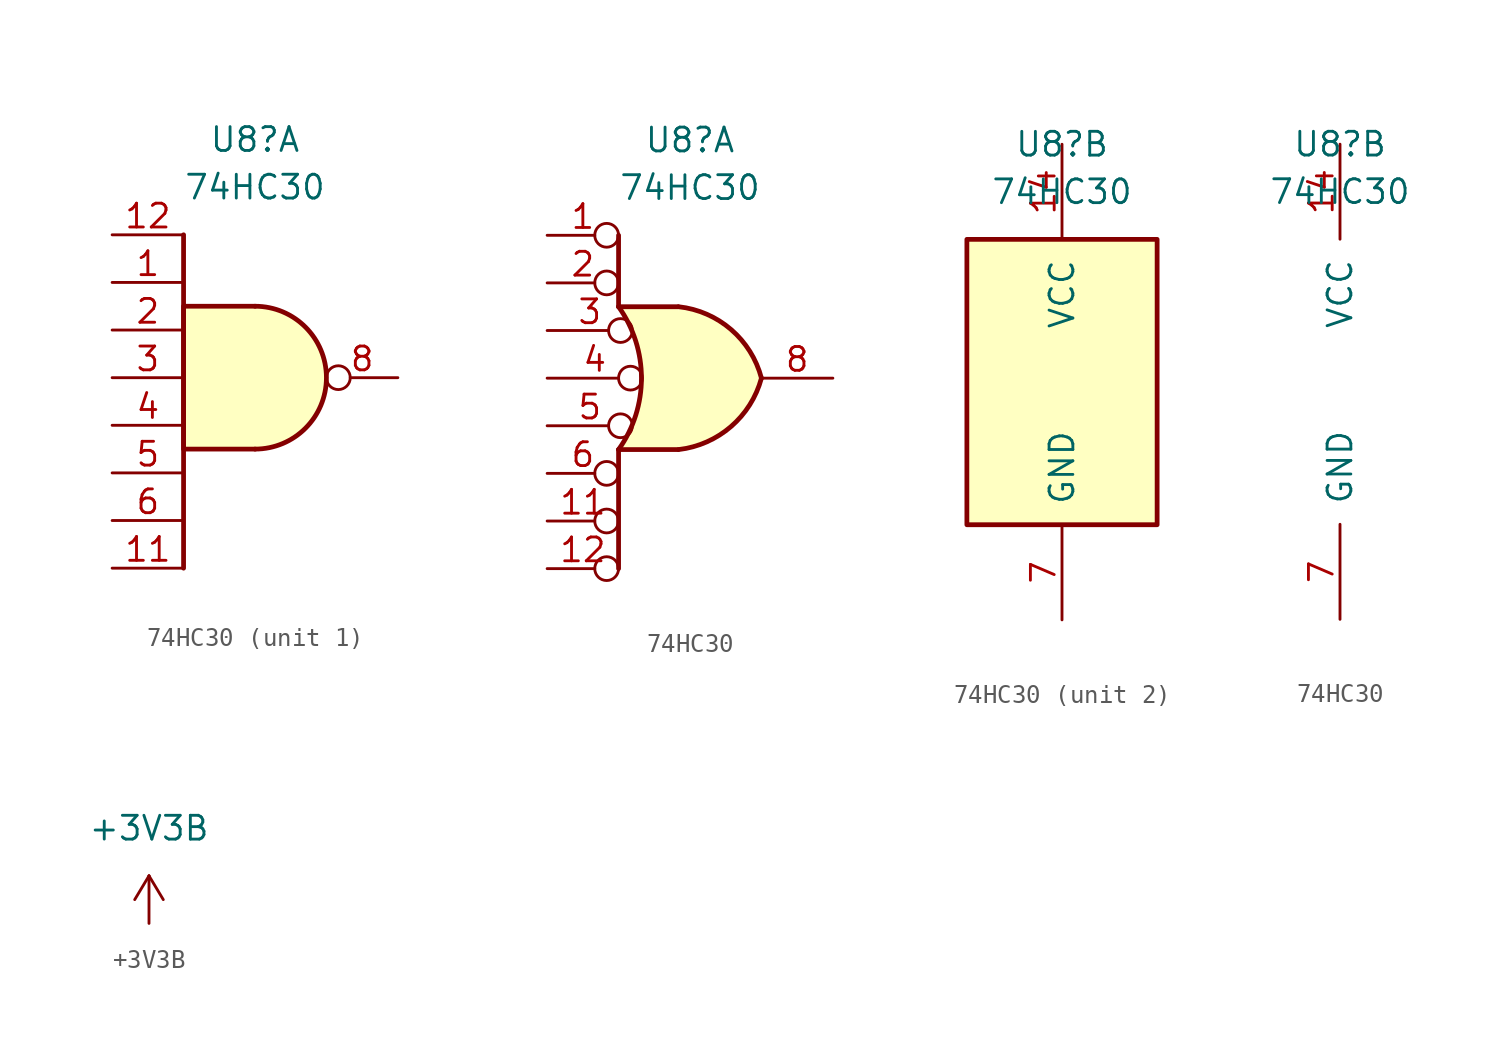
<source format=kicad_sym>
(kicad_symbol_lib
  (version 20220914)
  (generator kicad_symbol_editor)
  (symbol "74HC30"
    (pin_names
      (offset 1.016))
    (property "Reference" "U8"
      (at 0 12.7 0)
      (effects (font (size 1.27 1.27))))
    (property "Value" "74HC30"
      (at 0 10.16 0)
      (effects (font (size 1.27 1.27))))
    (property "ki_locked" ""
      (at 0 0 0)
      (effects (font (size 1.27 1.27))))
    (symbol "74HC30_1_1"
      (arc (start 0 -3.81) (mid 3.7934 0) (end 0 3.81) (stroke (width 0.254) (type default)) (fill (type background)))
      (polyline (pts (xy -3.81 7.62) (xy -3.81 -10.16)) (stroke (width 0.254) (type default)) (fill (type none)))
      (polyline (pts (xy 0 3.81) (xy -3.81 3.81) (xy -3.81 -3.81) (xy 0 -3.81)) (stroke (width 0.254) (type default)) (fill (type background)))
      (pin input line (at -7.62 5.08 0) (length 3.81) (name "~" (effects (font (size 1.27 1.27)))) (number "1" (effects (font (size 1.27 1.27)))))
      (pin no_connect line (at 7.62 -7.62 180) (length 2.54) hide (name "NC" (effects (font (size 1.27 1.27)))) (number "10" (effects (font (size 1.27 1.27)))))
      (pin input line (at -7.62 -10.16 0) (length 3.81) (name "~" (effects (font (size 1.27 1.27)))) (number "11" (effects (font (size 1.27 1.27)))))
      (pin input line (at -7.62 7.62 0) (length 3.81) (name "~" (effects (font (size 1.27 1.27)))) (number "12" (effects (font (size 1.27 1.27)))))
      (pin no_connect line (at 7.62 -10.16 180) (length 2.54) hide (name "NC" (effects (font (size 1.27 1.27)))) (number "13" (effects (font (size 1.27 1.27)))))
      (pin input line (at -7.62 2.54 0) (length 3.81) (name "~" (effects (font (size 1.27 1.27)))) (number "2" (effects (font (size 1.27 1.27)))))
      (pin input line (at -7.62 0 0) (length 3.81) (name "~" (effects (font (size 1.27 1.27)))) (number "3" (effects (font (size 1.27 1.27)))))
      (pin input line (at -7.62 -2.54 0) (length 3.81) (name "~" (effects (font (size 1.27 1.27)))) (number "4" (effects (font (size 1.27 1.27)))))
      (pin input line (at -7.62 -5.08 0) (length 3.81) (name "~" (effects (font (size 1.27 1.27)))) (number "5" (effects (font (size 1.27 1.27)))))
      (pin input line (at -7.62 -7.62 0) (length 3.81) (name "~" (effects (font (size 1.27 1.27)))) (number "6" (effects (font (size 1.27 1.27)))))
      (pin output inverted (at 7.62 0 180) (length 3.81) (name "~" (effects (font (size 1.27 1.27)))) (number "8" (effects (font (size 1.27 1.27)))))
      (pin no_connect line (at 7.62 -5.08 180) (length 2.54) hide (name "NC" (effects (font (size 1.27 1.27)))) (number "9" (effects (font (size 1.27 1.27))))))
    (symbol "74HC30_1_2"
      (arc (start -3.81 -3.81) (mid -2.589 0) (end -3.81 3.81) (stroke (width 0.254) (type default)) (fill (type none)))
      (arc (start -0.6096 -3.81) (mid 2.1842 -2.5851) (end 3.81 0) (stroke (width 0.254) (type default)) (fill (type background)))
      (polyline (pts (xy -3.81 -3.81) (xy -3.81 -10.16)) (stroke (width 0.254) (type default)) (fill (type none)))
      (polyline (pts (xy -3.81 -3.81) (xy -0.635 -3.81)) (stroke (width 0.254) (type default)) (fill (type background)))
      (polyline (pts (xy -3.81 3.81) (xy -0.635 3.81)) (stroke (width 0.254) (type default)) (fill (type background)))
      (polyline (pts (xy -3.81 7.62) (xy -3.81 3.81)) (stroke (width 0.254) (type default)) (fill (type none)))
      (polyline (pts (xy -0.635 3.81) (xy -3.81 3.81) (xy -3.81 3.81) (xy -3.556 3.404) (xy -3.023 2.261) (xy -2.692 1.041) (xy -2.616 -0.254) (xy -2.769 -1.499) (xy -3.175 -2.718) (xy -3.81 -3.81) (xy -3.81 -3.81) (xy -0.635 -3.81)) (stroke (width -25.4) (type default)) (fill (type background)))
      (arc (start 3.81 0) (mid 2.1915 2.5936) (end -0.6096 3.81) (stroke (width 0.254) (type default)) (fill (type background)))
      (pin input inverted (at -7.62 7.62 0) (length 3.81) (name "~" (effects (font (size 1.27 1.27)))) (number "1" (effects (font (size 1.27 1.27)))))
      (pin input inverted (at -7.62 -7.62 0) (length 3.81) (name "~" (effects (font (size 1.27 1.27)))) (number "11" (effects (font (size 1.27 1.27)))))
      (pin input inverted (at -7.62 -10.16 0) (length 3.81) (name "~" (effects (font (size 1.27 1.27)))) (number "12" (effects (font (size 1.27 1.27)))))
      (pin input inverted (at -7.62 5.08 0) (length 3.81) (name "~" (effects (font (size 1.27 1.27)))) (number "2" (effects (font (size 1.27 1.27)))))
      (pin input inverted (at -7.62 2.54 0) (length 4.547) (name "~" (effects (font (size 1.27 1.27)))) (number "3" (effects (font (size 1.27 1.27)))))
      (pin input inverted (at -7.62 0 0) (length 5.08) (name "~" (effects (font (size 1.27 1.27)))) (number "4" (effects (font (size 1.27 1.27)))))
      (pin input inverted (at -7.62 -2.54 0) (length 4.547) (name "~" (effects (font (size 1.27 1.27)))) (number "5" (effects (font (size 1.27 1.27)))))
      (pin input inverted (at -7.62 -5.08 0) (length 3.81) (name "~" (effects (font (size 1.27 1.27)))) (number "6" (effects (font (size 1.27 1.27)))))
      (pin output line (at 7.62 0 180) (length 3.81) (name "~" (effects (font (size 1.27 1.27)))) (number "8" (effects (font (size 1.27 1.27))))))
    (symbol "74HC30_2_0"
      (pin power_in line (at 0 12.7 270) (length 5.08) (name "VCC" (effects (font (size 1.27 1.27)))) (number "14" (effects (font (size 1.27 1.27)))))
      (pin power_in line (at 0 -12.7 90) (length 5.08) (name "GND" (effects (font (size 1.27 1.27)))) (number "7" (effects (font (size 1.27 1.27))))))
    (symbol "74HC30_2_1"
      (rectangle (start -5.08 7.62) (end 5.08 -7.62) (stroke (width 0.254) (type default)) (fill (type background)))))
  (symbol "+3V3B"
    (power)
    (pin_names
      (offset 0))
    (property "Reference" "#PWR0108"
      (at 0 -3.81 0)
      (effects (font (size 1.27 1.27)) hide))
    (property "Value" "+3V3B"
      (at 0 5.08 0)
      (effects (font (size 1.27 1.27))))
    (symbol "+3V3B_0_1"
      (polyline (pts (xy -0.762 1.27) (xy 0 2.54)) (stroke (width 0) (type default)) (fill (type none)))
      (polyline (pts (xy 0 0) (xy 0 2.54)) (stroke (width 0) (type default)) (fill (type none)))
      (polyline (pts (xy 0 2.54) (xy 0.762 1.27)) (stroke (width 0) (type default)) (fill (type none))))
    (symbol "+3V3B_1_1"
      (pin power_in line (at 0 0 90) (length 0) hide (name "+3V3B" (effects (font (size 1.27 1.27)))) (number "1" (effects (font (size 1.27 1.27))))))))
</source>
